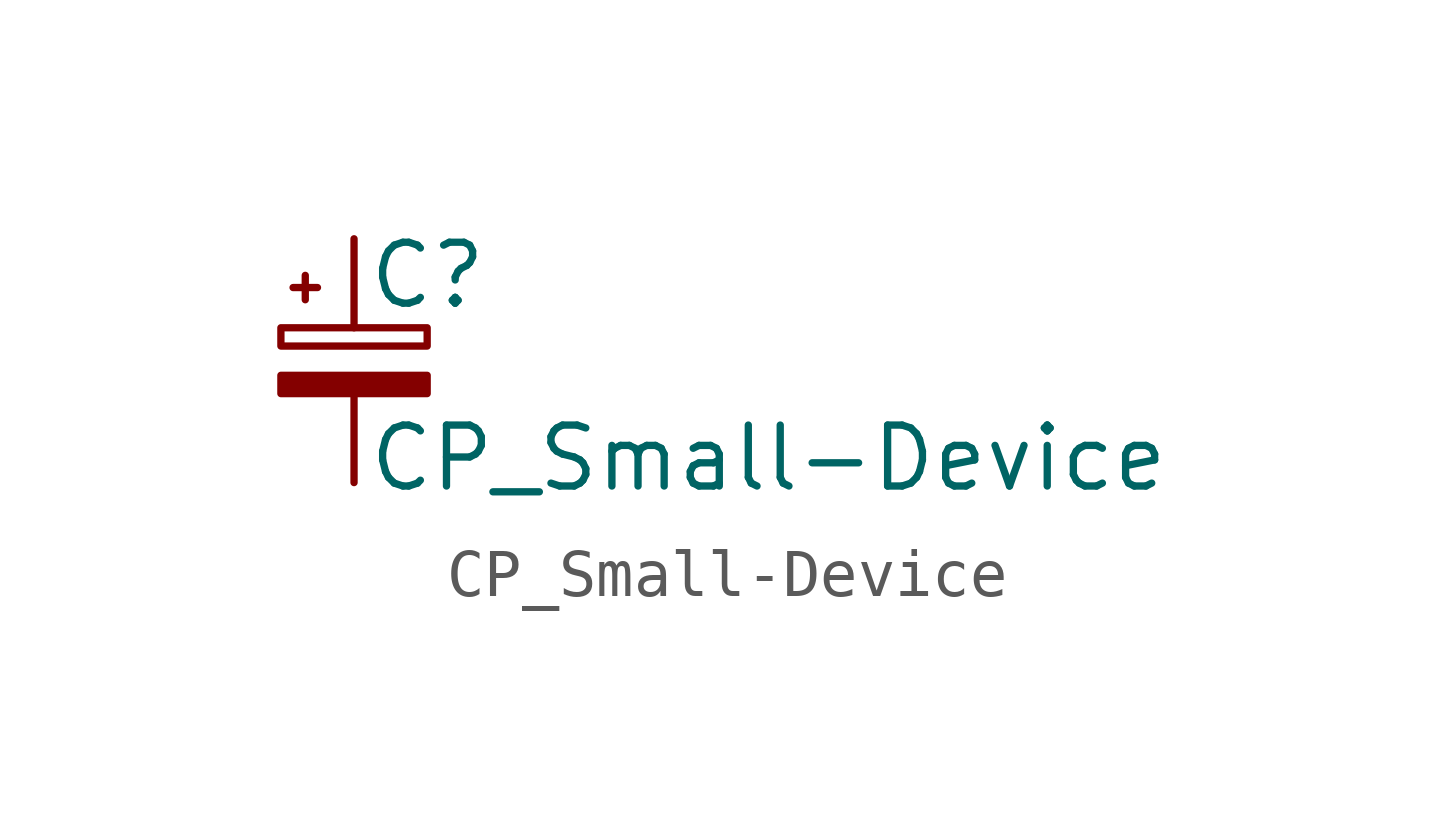
<source format=kicad_sym>
(kicad_symbol_lib
  (version 20211014)
  (generator kicad_symbol_editor)
  (symbol "CP_Small-Device"
    (pin_numbers hide)
    (pin_names
      (offset 0.254) hide)
    (property "Reference" "C"
      (at 0.254 1.778 0)
      (effects (font (size 1.27 1.27)) (justify left)))
    (property "Value" "CP_Small-Device"
      (at 0.254 -2.032 0)
      (effects (font (size 1.27 1.27)) (justify left)))
    (symbol "CP_Small-Device_0_1"
      (rectangle (start -1.524 -0.305) (end 1.524 -0.686) (stroke (width 0) (type default) (color 0 0 0 0)) (fill (type outline)))
      (rectangle (start -1.524 0.686) (end 1.524 0.305) (stroke (width 0) (type default) (color 0 0 0 0)) (fill (type none)))
      (polyline (pts (xy -1.27 1.524) (xy -0.762 1.524)) (stroke (width 0) (type default) (color 0 0 0 0)) (fill (type none)))
      (polyline (pts (xy -1.016 1.27) (xy -1.016 1.778)) (stroke (width 0) (type default) (color 0 0 0 0)) (fill (type none))))
    (symbol "CP_Small-Device_1_1"
      (pin passive line (at 0 2.54 270) (length 1.854) (name "~" (effects (font (size 1.27 1.27)))) (number "1" (effects (font (size 1.27 1.27)))))
      (pin passive line (at 0 -2.54 90) (length 1.854) (name "~" (effects (font (size 1.27 1.27)))) (number "2" (effects (font (size 1.27 1.27))))))))
</source>
